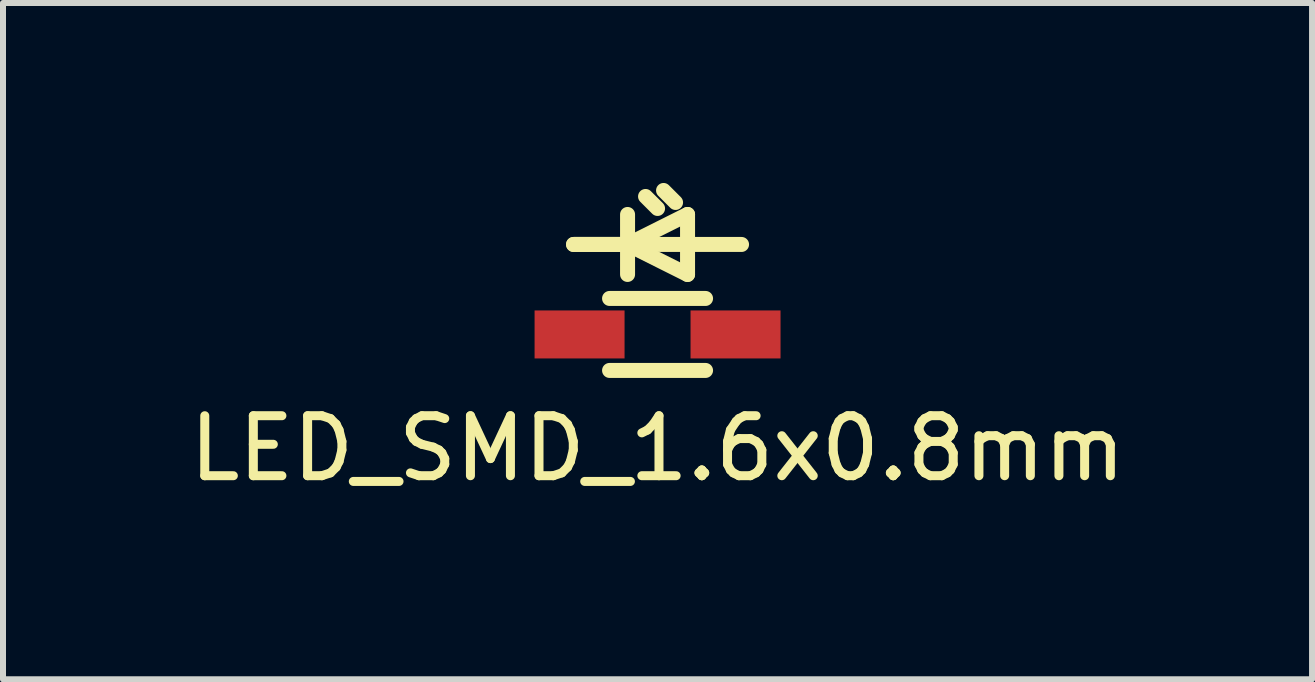
<source format=kicad_pcb>
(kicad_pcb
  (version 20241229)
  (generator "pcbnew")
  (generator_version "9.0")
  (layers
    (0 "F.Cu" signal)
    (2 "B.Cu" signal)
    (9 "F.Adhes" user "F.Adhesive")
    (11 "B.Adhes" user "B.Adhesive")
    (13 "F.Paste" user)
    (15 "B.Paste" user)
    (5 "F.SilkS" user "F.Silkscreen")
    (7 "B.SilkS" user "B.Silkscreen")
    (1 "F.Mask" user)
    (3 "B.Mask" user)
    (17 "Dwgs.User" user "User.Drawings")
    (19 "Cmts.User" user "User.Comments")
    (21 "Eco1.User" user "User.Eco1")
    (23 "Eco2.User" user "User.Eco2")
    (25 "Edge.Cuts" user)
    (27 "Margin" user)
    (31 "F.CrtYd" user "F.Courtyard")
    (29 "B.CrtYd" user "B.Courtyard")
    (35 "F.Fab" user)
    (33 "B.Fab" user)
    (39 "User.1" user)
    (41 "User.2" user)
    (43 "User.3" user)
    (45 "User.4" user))
  (footprint "LED_SMD_1.6x0.8mm"
    (layer "F.Cu")
    (at 7.911 2.525)
    (property "Reference" "LED_SMD_1.6x0.8mm" (at 0 1.9 0) (layer "F.SilkS") (effects (font (size 1 1) (thickness 0.15))))
    (attr through_hole)
    (fp_line (start -1.4 -1.5) (end 1.4 -1.5) (stroke (width 0.25) (type solid)) (layer "F.SilkS"))
    (fp_line (start -0.8 -0.6) (end 0.8 -0.6) (stroke (width 0.25) (type solid)) (layer "F.SilkS"))
    (fp_line (start -0.8 0.6) (end 0.8 0.6) (stroke (width 0.25) (type solid)) (layer "F.SilkS"))
    (fp_line (start -0.5 -2) (end -0.5 -1) (stroke (width 0.25) (type solid)) (layer "F.SilkS"))
    (fp_line (start -0.5 -1.5) (end -1.4 -1.5) (stroke (width 0.25) (type solid)) (layer "F.SilkS"))
    (fp_line (start -0.5 -1.5) (end 0.5 -2) (stroke (width 0.25) (type solid)) (layer "F.SilkS"))
    (fp_line (start 0 -2.1) (end -0.2 -2.3) (stroke (width 0.25) (type solid)) (layer "F.SilkS"))
    (fp_line (start 0.3 -2.2) (end 0.1 -2.4) (stroke (width 0.25) (type solid)) (layer "F.SilkS"))
    (fp_line (start 0.5 -2) (end 0.5 -1) (stroke (width 0.25) (type solid)) (layer "F.SilkS"))
    (fp_line (start 0.5 -1) (end -0.5 -1.5) (stroke (width 0.25) (type solid)) (layer "F.SilkS"))
    (pad "1" smd rect (at -1.3 0) (size 1.5 0.8) (layers "F.Cu" "F.Mask" "F.Paste"))
    (pad "2" smd rect (at 1.3 0) (size 1.5 0.8) (layers "F.Cu" "F.Mask" "F.Paste")))
  (gr_rect
    (start -3 -3)
    (end 18.821 8.273)
    (stroke (width 0.1) (type default))
    (fill no)
    (layer "Edge.Cuts")))
</source>
